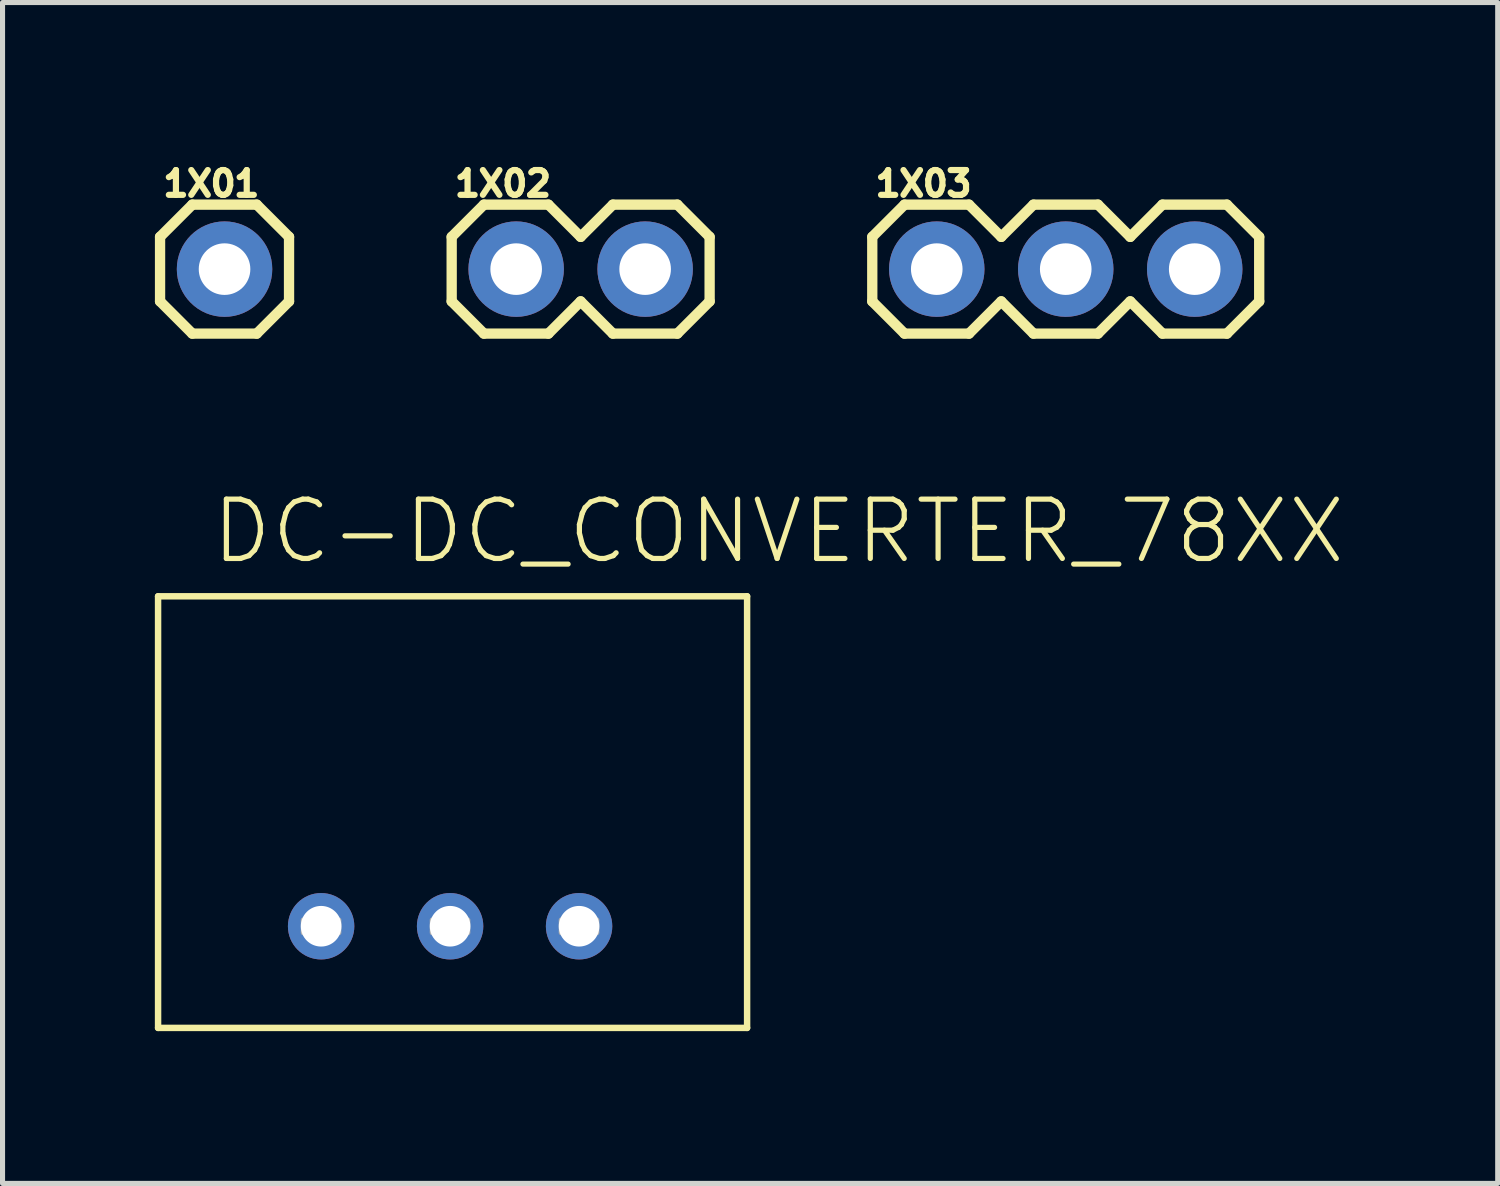
<source format=kicad_pcb>
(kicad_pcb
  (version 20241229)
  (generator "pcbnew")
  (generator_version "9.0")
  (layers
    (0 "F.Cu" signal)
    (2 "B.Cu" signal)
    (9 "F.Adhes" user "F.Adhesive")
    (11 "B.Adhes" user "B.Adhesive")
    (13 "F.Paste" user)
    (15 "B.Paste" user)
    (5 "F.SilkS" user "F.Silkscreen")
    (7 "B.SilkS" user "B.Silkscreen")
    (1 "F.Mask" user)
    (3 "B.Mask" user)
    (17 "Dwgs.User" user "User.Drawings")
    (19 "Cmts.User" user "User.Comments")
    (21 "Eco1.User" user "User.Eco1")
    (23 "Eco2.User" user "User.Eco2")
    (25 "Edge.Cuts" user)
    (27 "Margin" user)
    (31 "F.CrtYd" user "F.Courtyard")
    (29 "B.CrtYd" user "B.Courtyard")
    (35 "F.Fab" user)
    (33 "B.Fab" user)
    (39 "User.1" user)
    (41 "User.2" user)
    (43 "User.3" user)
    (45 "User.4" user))
  (footprint "1X03"
    (layer "F.Cu")
    (at 15.398 2.25)
    (property "Reference" "1X03" (at -1.27 -1.397 0) (layer "F.SilkS") (effects (font (size 0.488 0.488) (thickness 0.122)) (justify left bottom)))
    (fp_line (start -1.27 -0.635) (end -1.27 0.635) (stroke (width 0.203) (type solid)) (layer "F.SilkS"))
    (fp_line (start -1.27 0.635) (end -0.635 1.27) (stroke (width 0.203) (type solid)) (layer "F.SilkS"))
    (fp_line (start -0.635 -1.27) (end -1.27 -0.635) (stroke (width 0.203) (type solid)) (layer "F.SilkS"))
    (fp_line (start -0.635 -1.27) (end 0.635 -1.27) (stroke (width 0.203) (type solid)) (layer "F.SilkS"))
    (fp_line (start 0.635 -1.27) (end 1.27 -0.635) (stroke (width 0.203) (type solid)) (layer "F.SilkS"))
    (fp_line (start 0.635 1.27) (end -0.635 1.27) (stroke (width 0.203) (type solid)) (layer "F.SilkS"))
    (fp_line (start 1.27 -0.635) (end 1.905 -1.27) (stroke (width 0.203) (type solid)) (layer "F.SilkS"))
    (fp_line (start 1.27 0.635) (end 0.635 1.27) (stroke (width 0.203) (type solid)) (layer "F.SilkS"))
    (fp_line (start 1.905 -1.27) (end 3.175 -1.27) (stroke (width 0.203) (type solid)) (layer "F.SilkS"))
    (fp_line (start 1.905 1.27) (end 1.27 0.635) (stroke (width 0.203) (type solid)) (layer "F.SilkS"))
    (fp_line (start 3.175 -1.27) (end 3.81 -0.635) (stroke (width 0.203) (type solid)) (layer "F.SilkS"))
    (fp_line (start 3.175 1.27) (end 1.905 1.27) (stroke (width 0.203) (type solid)) (layer "F.SilkS"))
    (fp_line (start 3.81 -0.635) (end 4.445 -1.27) (stroke (width 0.203) (type solid)) (layer "F.SilkS"))
    (fp_line (start 3.81 0.635) (end 3.175 1.27) (stroke (width 0.203) (type solid)) (layer "F.SilkS"))
    (fp_line (start 4.445 -1.27) (end 5.715 -1.27) (stroke (width 0.203) (type solid)) (layer "F.SilkS"))
    (fp_line (start 4.445 1.27) (end 3.81 0.635) (stroke (width 0.203) (type solid)) (layer "F.SilkS"))
    (fp_line (start 5.715 -1.27) (end 6.35 -0.635) (stroke (width 0.203) (type solid)) (layer "F.SilkS"))
    (fp_line (start 5.715 1.27) (end 4.445 1.27) (stroke (width 0.203) (type solid)) (layer "F.SilkS"))
    (fp_line (start 6.35 -0.635) (end 6.35 0.635) (stroke (width 0.203) (type solid)) (layer "F.SilkS"))
    (fp_line (start 6.35 0.635) (end 5.715 1.27) (stroke (width 0.203) (type solid)) (layer "F.SilkS"))
    (fp_poly (pts (xy -0.254 0.254) (xy 0.254 0.254) (xy 0.254 -0.254) (xy -0.254 -0.254)) (stroke (width 0.1) (type default)) (fill no) (layer "F.Fab"))
    (fp_poly (pts (xy 2.286 0.254) (xy 2.794 0.254) (xy 2.794 -0.254) (xy 2.286 -0.254)) (stroke (width 0.1) (type default)) (fill no) (layer "F.Fab"))
    (fp_poly (pts (xy 4.826 0.254) (xy 5.334 0.254) (xy 5.334 -0.254) (xy 4.826 -0.254)) (stroke (width 0.1) (type default)) (fill no) (layer "F.Fab"))
    (pad "1" thru_hole circle (at 0 0 90) (size 1.88 1.88) (drill 1.016) (layers "*.Cu" "*.Mask"))
    (pad "2" thru_hole circle (at 2.54 0 90) (size 1.88 1.88) (drill 1.016) (layers "*.Cu" "*.Mask"))
    (pad "3" thru_hole circle (at 5.08 0 90) (size 1.88 1.88) (drill 1.016) (layers "*.Cu" "*.Mask")))
  (footprint "1X02"
    (layer "F.Cu")
    (at 7.115 2.25)
    (property "Reference" "1X02" (at -1.27 -1.397 0) (layer "F.SilkS") (effects (font (size 0.488 0.488) (thickness 0.122)) (justify left bottom)))
    (fp_line (start -1.27 -0.635) (end -1.27 0.635) (stroke (width 0.203) (type solid)) (layer "F.SilkS"))
    (fp_line (start -1.27 0.635) (end -0.635 1.27) (stroke (width 0.203) (type solid)) (layer "F.SilkS"))
    (fp_line (start -0.635 -1.27) (end -1.27 -0.635) (stroke (width 0.203) (type solid)) (layer "F.SilkS"))
    (fp_line (start -0.635 -1.27) (end 0.635 -1.27) (stroke (width 0.203) (type solid)) (layer "F.SilkS"))
    (fp_line (start 0.635 -1.27) (end 1.27 -0.635) (stroke (width 0.203) (type solid)) (layer "F.SilkS"))
    (fp_line (start 0.635 1.27) (end -0.635 1.27) (stroke (width 0.203) (type solid)) (layer "F.SilkS"))
    (fp_line (start 1.27 -0.635) (end 1.905 -1.27) (stroke (width 0.203) (type solid)) (layer "F.SilkS"))
    (fp_line (start 1.27 0.635) (end 0.635 1.27) (stroke (width 0.203) (type solid)) (layer "F.SilkS"))
    (fp_line (start 1.905 -1.27) (end 3.175 -1.27) (stroke (width 0.203) (type solid)) (layer "F.SilkS"))
    (fp_line (start 1.905 1.27) (end 1.27 0.635) (stroke (width 0.203) (type solid)) (layer "F.SilkS"))
    (fp_line (start 3.175 -1.27) (end 3.81 -0.635) (stroke (width 0.203) (type solid)) (layer "F.SilkS"))
    (fp_line (start 3.175 1.27) (end 1.905 1.27) (stroke (width 0.203) (type solid)) (layer "F.SilkS"))
    (fp_line (start 3.81 -0.635) (end 3.81 0.635) (stroke (width 0.203) (type solid)) (layer "F.SilkS"))
    (fp_line (start 3.81 0.635) (end 3.175 1.27) (stroke (width 0.203) (type solid)) (layer "F.SilkS"))
    (fp_poly (pts (xy -0.254 0.254) (xy 0.254 0.254) (xy 0.254 -0.254) (xy -0.254 -0.254)) (stroke (width 0.1) (type default)) (fill no) (layer "F.Fab"))
    (fp_poly (pts (xy 2.286 0.254) (xy 2.794 0.254) (xy 2.794 -0.254) (xy 2.286 -0.254)) (stroke (width 0.1) (type default)) (fill no) (layer "F.Fab"))
    (pad "1" thru_hole circle (at 0 0 90) (size 1.88 1.88) (drill 1.016) (layers "*.Cu" "*.Mask"))
    (pad "2" thru_hole circle (at 2.54 0 90) (size 1.88 1.88) (drill 1.016) (layers "*.Cu" "*.Mask")))
  (footprint "DC-DC_CONVERTER_78XX"
    (layer "F.Cu")
    (at 5.814 15.191)
    (property "Reference" "DC-DC_CONVERTER_78XX" (at -4.751 -7.095 0) (layer "F.SilkS") (effects (font (size 1.168 1.168) (thickness 0.102)) (justify left bottom)))
    (fp_line (start -5.751 -6.498) (end -5.751 2.002) (stroke (width 0.127) (type solid)) (layer "F.SilkS"))
    (fp_line (start -5.751 2.002) (end 5.849 2.002) (stroke (width 0.127) (type solid)) (layer "F.SilkS"))
    (fp_line (start 5.849 -6.498) (end -5.751 -6.498) (stroke (width 0.127) (type solid)) (layer "F.SilkS"))
    (fp_line (start 5.849 2.002) (end 5.849 -6.498) (stroke (width 0.127) (type solid)) (layer "F.SilkS"))
    (fp_poly (pts (xy -2.891 0.127) (xy -2.191 0.127) (xy -2.191 -0.123) (xy -2.891 -0.123)) (stroke (width 0.1) (type default)) (fill no) (layer "F.Fab"))
    (fp_poly (pts (xy -0.351 0.127) (xy 0.349 0.127) (xy 0.349 -0.123) (xy -0.351 -0.123)) (stroke (width 0.1) (type default)) (fill no) (layer "F.Fab"))
    (fp_poly (pts (xy 2.189 0.127) (xy 2.889 0.127) (xy 2.889 -0.123) (xy 2.189 -0.123)) (stroke (width 0.1) (type default)) (fill no) (layer "F.Fab"))
    (pad "GND" thru_hole circle (at 0 0 180) (size 1.308 1.308) (drill 0.8) (layers "*.Cu" "*.Mask"))
    (pad "VIN" thru_hole circle (at -2.54 0 180) (size 1.308 1.308) (drill 0.8) (layers "*.Cu" "*.Mask"))
    (pad "VOUT" thru_hole circle (at 2.54 0 180) (size 1.308 1.308) (drill 0.8) (layers "*.Cu" "*.Mask")))
  (footprint "1X01"
    (layer "F.Cu")
    (at 1.372 2.25)
    (property "Reference" "1X01" (at -1.27 -1.397 0) (layer "F.SilkS") (effects (font (size 0.488 0.488) (thickness 0.122)) (justify left bottom)))
    (fp_line (start -1.27 -0.635) (end -1.27 0.635) (stroke (width 0.203) (type solid)) (layer "F.SilkS"))
    (fp_line (start -1.27 0.635) (end -0.635 1.27) (stroke (width 0.203) (type solid)) (layer "F.SilkS"))
    (fp_line (start -0.635 -1.27) (end -1.27 -0.635) (stroke (width 0.203) (type solid)) (layer "F.SilkS"))
    (fp_line (start -0.635 1.27) (end 0.635 1.27) (stroke (width 0.203) (type solid)) (layer "F.SilkS"))
    (fp_line (start 0.635 -1.27) (end -0.635 -1.27) (stroke (width 0.203) (type solid)) (layer "F.SilkS"))
    (fp_line (start 0.635 1.27) (end 1.27 0.635) (stroke (width 0.203) (type solid)) (layer "F.SilkS"))
    (fp_line (start 1.27 -0.635) (end 0.635 -1.27) (stroke (width 0.203) (type solid)) (layer "F.SilkS"))
    (fp_line (start 1.27 0.635) (end 1.27 -0.635) (stroke (width 0.203) (type solid)) (layer "F.SilkS"))
    (fp_poly (pts (xy -0.254 0.254) (xy 0.254 0.254) (xy 0.254 -0.254) (xy -0.254 -0.254)) (stroke (width 0.1) (type default)) (fill no) (layer "F.Fab"))
    (pad "1" thru_hole circle (at 0 0 90) (size 1.88 1.88) (drill 1.016) (layers "*.Cu" "*.Mask")))
  (gr_rect
    (start -3 -3)
    (end 26.445 20.256)
    (stroke (width 0.1) (type default))
    (fill no)
    (layer "Edge.Cuts")))
</source>
